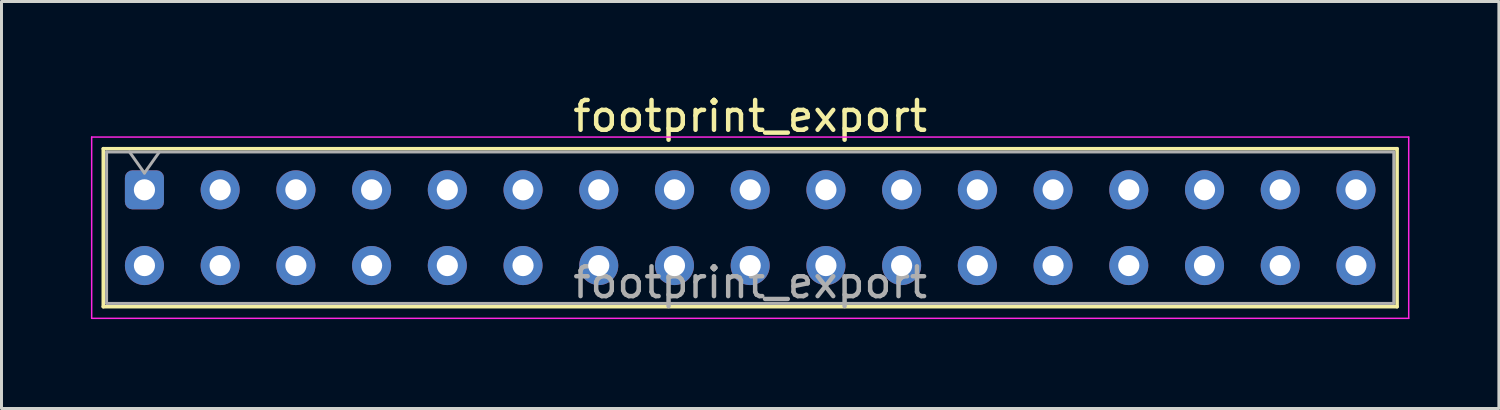
<source format=kicad_pcb>
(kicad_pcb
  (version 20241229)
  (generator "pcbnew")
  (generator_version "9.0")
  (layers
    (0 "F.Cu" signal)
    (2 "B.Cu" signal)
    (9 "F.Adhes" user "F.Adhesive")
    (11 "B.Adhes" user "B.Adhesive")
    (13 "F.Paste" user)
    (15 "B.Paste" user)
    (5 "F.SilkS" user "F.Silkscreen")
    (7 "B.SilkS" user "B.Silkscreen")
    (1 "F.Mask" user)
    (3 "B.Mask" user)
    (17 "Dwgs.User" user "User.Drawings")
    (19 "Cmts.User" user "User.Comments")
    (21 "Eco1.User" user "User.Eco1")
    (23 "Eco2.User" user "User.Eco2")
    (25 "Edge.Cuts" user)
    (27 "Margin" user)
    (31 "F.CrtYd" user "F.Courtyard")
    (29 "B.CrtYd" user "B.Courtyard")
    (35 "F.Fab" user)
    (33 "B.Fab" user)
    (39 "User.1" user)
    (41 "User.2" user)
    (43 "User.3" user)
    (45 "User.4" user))
  (footprint "footprint_export"
    (layer "F.Cu")
    (at 1.795 3.318)
    (property "Reference" "footprint_export" (at 20.32 -2.47 0) (layer "F.SilkS") (effects (font (size 1 1) (thickness 0.15))))
    (attr through_hole)
    (fp_line (start -1.38 -1.38) (end 42.02 -1.38) (stroke (width 0.12) (type solid)) (layer "F.SilkS"))
    (fp_line (start -1.38 3.92) (end -1.38 -1.38) (stroke (width 0.12) (type solid)) (layer "F.SilkS"))
    (fp_line (start 42.02 -1.38) (end 42.02 3.92) (stroke (width 0.12) (type solid)) (layer "F.SilkS"))
    (fp_line (start 42.02 3.92) (end -1.38 3.92) (stroke (width 0.12) (type solid)) (layer "F.SilkS"))
    (fp_line (start -1.77 -1.77) (end 42.41 -1.77) (stroke (width 0.05) (type solid)) (layer "F.CrtYd"))
    (fp_line (start -1.77 4.31) (end -1.77 -1.77) (stroke (width 0.05) (type solid)) (layer "F.CrtYd"))
    (fp_line (start 42.41 -1.77) (end 42.41 4.31) (stroke (width 0.05) (type solid)) (layer "F.CrtYd"))
    (fp_line (start 42.41 4.31) (end -1.77 4.31) (stroke (width 0.05) (type solid)) (layer "F.CrtYd"))
    (fp_line (start -1.27 -1.27) (end 41.91 -1.27) (stroke (width 0.1) (type solid)) (layer "F.Fab"))
    (fp_line (start -1.27 3.81) (end -1.27 -1.27) (stroke (width 0.1) (type solid)) (layer "F.Fab"))
    (fp_line (start -0.5 -1.27) (end 0 -0.563) (stroke (width 0.1) (type solid)) (layer "F.Fab"))
    (fp_line (start 0 -0.563) (end 0.5 -1.27) (stroke (width 0.1) (type solid)) (layer "F.Fab"))
    (fp_line (start 41.91 -1.27) (end 41.91 3.81) (stroke (width 0.1) (type solid)) (layer "F.Fab"))
    (fp_line (start 41.91 3.81) (end -1.27 3.81) (stroke (width 0.1) (type solid)) (layer "F.Fab"))
    (fp_text user "${REFERENCE}" (at 20.32 3.11 0) (layer "F.Fab") (effects (font (size 1 1) (thickness 0.15))))
    (pad "1" thru_hole roundrect (at 0 0) (size 1.31 1.31) (drill 0.71) (layers "*.Cu" "*.Mask") (roundrect_rratio 0.191))
    (pad "2" thru_hole circle (at 0 2.54) (size 1.31 1.31) (drill 0.71) (layers "*.Cu" "*.Mask"))
    (pad "3" thru_hole circle (at 2.54 0) (size 1.31 1.31) (drill 0.71) (layers "*.Cu" "*.Mask"))
    (pad "4" thru_hole circle (at 2.54 2.54) (size 1.31 1.31) (drill 0.71) (layers "*.Cu" "*.Mask"))
    (pad "5" thru_hole circle (at 5.08 0) (size 1.31 1.31) (drill 0.71) (layers "*.Cu" "*.Mask"))
    (pad "6" thru_hole circle (at 5.08 2.54) (size 1.31 1.31) (drill 0.71) (layers "*.Cu" "*.Mask"))
    (pad "7" thru_hole circle (at 7.62 0) (size 1.31 1.31) (drill 0.71) (layers "*.Cu" "*.Mask"))
    (pad "8" thru_hole circle (at 7.62 2.54) (size 1.31 1.31) (drill 0.71) (layers "*.Cu" "*.Mask"))
    (pad "9" thru_hole circle (at 10.16 0) (size 1.31 1.31) (drill 0.71) (layers "*.Cu" "*.Mask"))
    (pad "10" thru_hole circle (at 10.16 2.54) (size 1.31 1.31) (drill 0.71) (layers "*.Cu" "*.Mask"))
    (pad "11" thru_hole circle (at 12.7 0) (size 1.31 1.31) (drill 0.71) (layers "*.Cu" "*.Mask"))
    (pad "12" thru_hole circle (at 12.7 2.54) (size 1.31 1.31) (drill 0.71) (layers "*.Cu" "*.Mask"))
    (pad "13" thru_hole circle (at 15.24 0) (size 1.31 1.31) (drill 0.71) (layers "*.Cu" "*.Mask"))
    (pad "14" thru_hole circle (at 15.24 2.54) (size 1.31 1.31) (drill 0.71) (layers "*.Cu" "*.Mask"))
    (pad "15" thru_hole circle (at 17.78 0) (size 1.31 1.31) (drill 0.71) (layers "*.Cu" "*.Mask"))
    (pad "16" thru_hole circle (at 17.78 2.54) (size 1.31 1.31) (drill 0.71) (layers "*.Cu" "*.Mask"))
    (pad "17" thru_hole circle (at 20.32 0) (size 1.31 1.31) (drill 0.71) (layers "*.Cu" "*.Mask"))
    (pad "18" thru_hole circle (at 20.32 2.54) (size 1.31 1.31) (drill 0.71) (layers "*.Cu" "*.Mask"))
    (pad "19" thru_hole circle (at 22.86 0) (size 1.31 1.31) (drill 0.71) (layers "*.Cu" "*.Mask"))
    (pad "20" thru_hole circle (at 22.86 2.54) (size 1.31 1.31) (drill 0.71) (layers "*.Cu" "*.Mask"))
    (pad "21" thru_hole circle (at 25.4 0) (size 1.31 1.31) (drill 0.71) (layers "*.Cu" "*.Mask"))
    (pad "22" thru_hole circle (at 25.4 2.54) (size 1.31 1.31) (drill 0.71) (layers "*.Cu" "*.Mask"))
    (pad "23" thru_hole circle (at 27.94 0) (size 1.31 1.31) (drill 0.71) (layers "*.Cu" "*.Mask"))
    (pad "24" thru_hole circle (at 27.94 2.54) (size 1.31 1.31) (drill 0.71) (layers "*.Cu" "*.Mask"))
    (pad "25" thru_hole circle (at 30.48 0) (size 1.31 1.31) (drill 0.71) (layers "*.Cu" "*.Mask"))
    (pad "26" thru_hole circle (at 30.48 2.54) (size 1.31 1.31) (drill 0.71) (layers "*.Cu" "*.Mask"))
    (pad "27" thru_hole circle (at 33.02 0) (size 1.31 1.31) (drill 0.71) (layers "*.Cu" "*.Mask"))
    (pad "28" thru_hole circle (at 33.02 2.54) (size 1.31 1.31) (drill 0.71) (layers "*.Cu" "*.Mask"))
    (pad "29" thru_hole circle (at 35.56 0) (size 1.31 1.31) (drill 0.71) (layers "*.Cu" "*.Mask"))
    (pad "30" thru_hole circle (at 35.56 2.54) (size 1.31 1.31) (drill 0.71) (layers "*.Cu" "*.Mask"))
    (pad "31" thru_hole circle (at 38.1 0) (size 1.31 1.31) (drill 0.71) (layers "*.Cu" "*.Mask"))
    (pad "32" thru_hole circle (at 38.1 2.54) (size 1.31 1.31) (drill 0.71) (layers "*.Cu" "*.Mask"))
    (pad "33" thru_hole circle (at 40.64 0) (size 1.31 1.31) (drill 0.71) (layers "*.Cu" "*.Mask"))
    (pad "34" thru_hole circle (at 40.64 2.54) (size 1.31 1.31) (drill 0.71) (layers "*.Cu" "*.Mask")))
  (gr_rect
    (start -3 -3)
    (end 47.23 10.653)
    (stroke (width 0.1) (type default))
    (fill no)
    (layer "Edge.Cuts")))
</source>
